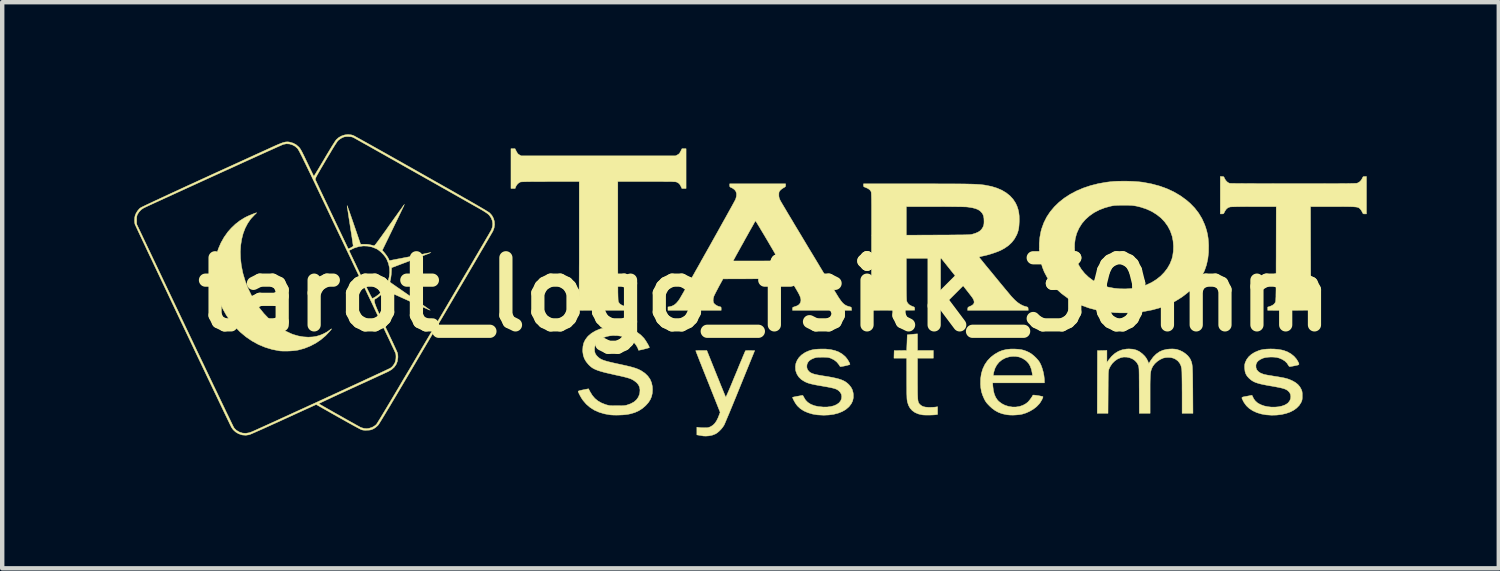
<source format=kicad_pcb>
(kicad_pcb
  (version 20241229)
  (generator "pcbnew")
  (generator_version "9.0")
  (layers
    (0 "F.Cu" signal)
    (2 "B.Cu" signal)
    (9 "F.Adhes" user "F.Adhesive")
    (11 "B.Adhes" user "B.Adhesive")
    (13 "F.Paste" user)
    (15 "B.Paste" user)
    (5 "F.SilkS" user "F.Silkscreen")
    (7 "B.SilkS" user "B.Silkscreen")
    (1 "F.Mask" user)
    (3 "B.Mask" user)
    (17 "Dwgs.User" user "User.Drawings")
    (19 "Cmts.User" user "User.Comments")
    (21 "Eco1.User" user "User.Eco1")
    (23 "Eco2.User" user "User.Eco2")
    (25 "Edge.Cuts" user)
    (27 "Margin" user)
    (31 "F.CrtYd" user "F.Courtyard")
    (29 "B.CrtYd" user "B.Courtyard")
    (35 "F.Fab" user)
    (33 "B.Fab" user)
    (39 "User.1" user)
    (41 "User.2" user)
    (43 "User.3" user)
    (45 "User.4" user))
  (footprint "tarot_logo_fsilk_30mm"
    (layer "F.Cu")
    (at 14.316 3.638)
    (property "Reference" "tarot_logo_fsilk_30mm" (at 0 0 0) (layer "F.SilkS") (effects (font (size 1.524 1.524) (thickness 0.3))))
    (attr through_hole)
    (fp_poly (pts (xy 3.468 1.27) (xy 3.828 1.27) (xy 3.828 1.445) (xy 3.468 1.445) (xy 3.468 1.912) (xy 3.468 2.022) (xy 3.469 2.115) (xy 3.469 2.194) (xy 3.47 2.259) (xy 3.472 2.313) (xy 3.474 2.356) (xy 3.477 2.391) (xy 3.481 2.418) (xy 3.487 2.44) (xy 3.493 2.457) (xy 3.501 2.47) (xy 3.511 2.483) (xy 3.522 2.495) (xy 3.526 2.499) (xy 3.56 2.526) (xy 3.599 2.545) (xy 3.648 2.556) (xy 3.709 2.561) (xy 3.74 2.562) (xy 3.784 2.561) (xy 3.828 2.559) (xy 3.864 2.557) (xy 3.878 2.555) (xy 3.924 2.548) (xy 3.924 2.722) (xy 3.897 2.727) (xy 3.869 2.731) (xy 3.828 2.734) (xy 3.779 2.736) (xy 3.727 2.737) (xy 3.675 2.737) (xy 3.629 2.736) (xy 3.592 2.734) (xy 3.578 2.732) (xy 3.489 2.712) (xy 3.413 2.68) (xy 3.351 2.637) (xy 3.301 2.582) (xy 3.264 2.516) (xy 3.239 2.437) (xy 3.236 2.421) (xy 3.233 2.402) (xy 3.23 2.378) (xy 3.228 2.347) (xy 3.227 2.308) (xy 3.225 2.259) (xy 3.224 2.199) (xy 3.224 2.127) (xy 3.223 2.04) (xy 3.223 1.938) (xy 3.223 1.9) (xy 3.223 1.445) (xy 2.934 1.445) (xy 2.936 1.36) (xy 2.939 1.274) (xy 3.081 1.272) (xy 3.223 1.27) (xy 3.224 1.237) (xy 3.225 1.217) (xy 3.226 1.184) (xy 3.228 1.14) (xy 3.23 1.091) (xy 3.231 1.06) (xy 3.236 0.915) (xy 3.284 0.91) (xy 3.318 0.906) (xy 3.361 0.902) (xy 3.401 0.898) (xy 3.468 0.893) (xy 3.468 1.27)) (stroke (width 0.01) (type solid)) (fill yes) (layer "F.SilkS"))
    (fp_poly (pts (xy -11.543 -1.851) (xy -11.557 -1.837) (xy -11.579 -1.815) (xy -11.591 -1.804) (xy -11.673 -1.716) (xy -11.742 -1.616) (xy -11.8 -1.505) (xy -11.846 -1.383) (xy -11.879 -1.253) (xy -11.9 -1.116) (xy -11.909 -0.971) (xy -11.904 -0.821) (xy -11.887 -0.666) (xy -11.856 -0.508) (xy -11.846 -0.467) (xy -11.796 -0.301) (xy -11.733 -0.14) (xy -11.659 0.015) (xy -11.573 0.163) (xy -11.478 0.302) (xy -11.374 0.431) (xy -11.261 0.549) (xy -11.142 0.656) (xy -11.017 0.749) (xy -10.887 0.827) (xy -10.753 0.89) (xy -10.703 0.909) (xy -10.591 0.941) (xy -10.477 0.961) (xy -10.365 0.968) (xy -10.257 0.962) (xy -10.174 0.947) (xy -10.1 0.925) (xy -10.025 0.894) (xy -9.955 0.858) (xy -9.899 0.821) (xy -9.865 0.796) (xy -9.845 0.782) (xy -9.837 0.779) (xy -9.842 0.788) (xy -9.858 0.81) (xy -9.88 0.836) (xy -9.974 0.936) (xy -10.081 1.026) (xy -10.198 1.105) (xy -10.325 1.171) (xy -10.458 1.224) (xy -10.596 1.261) (xy -10.601 1.262) (xy -10.653 1.27) (xy -10.717 1.277) (xy -10.787 1.282) (xy -10.859 1.284) (xy -10.926 1.284) (xy -10.985 1.282) (xy -11.018 1.279) (xy -11.184 1.247) (xy -11.343 1.199) (xy -11.497 1.135) (xy -11.643 1.055) (xy -11.782 0.96) (xy -11.912 0.851) (xy -12.033 0.727) (xy -12.132 0.607) (xy -12.227 0.468) (xy -12.308 0.324) (xy -12.375 0.175) (xy -12.428 0.022) (xy -12.467 -0.132) (xy -12.492 -0.288) (xy -12.503 -0.443) (xy -12.5 -0.597) (xy -12.483 -0.748) (xy -12.452 -0.896) (xy -12.408 -1.038) (xy -12.349 -1.174) (xy -12.276 -1.303) (xy -12.19 -1.424) (xy -12.113 -1.51) (xy -12.021 -1.598) (xy -11.926 -1.672) (xy -11.826 -1.735) (xy -11.79 -1.755) (xy -11.755 -1.772) (xy -11.714 -1.791) (xy -11.67 -1.809) (xy -11.627 -1.827) (xy -11.589 -1.841) (xy -11.559 -1.852) (xy -11.54 -1.857) (xy -11.538 -1.857) (xy -11.543 -1.851)) (stroke (width 0.01) (type solid)) (fill yes) (layer "F.SilkS"))
    (fp_poly (pts (xy -1.104 1.798) (xy -1.067 1.889) (xy -1.032 1.975) (xy -1 2.056) (xy -0.97 2.128) (xy -0.944 2.192) (xy -0.922 2.246) (xy -0.905 2.287) (xy -0.893 2.316) (xy -0.886 2.331) (xy -0.886 2.332) (xy -0.881 2.325) (xy -0.871 2.304) (xy -0.855 2.268) (xy -0.834 2.221) (xy -0.809 2.163) (xy -0.78 2.095) (xy -0.748 2.018) (xy -0.714 1.935) (xy -0.677 1.846) (xy -0.662 1.811) (xy -0.624 1.72) (xy -0.589 1.633) (xy -0.556 1.553) (xy -0.525 1.481) (xy -0.499 1.417) (xy -0.476 1.363) (xy -0.458 1.321) (xy -0.446 1.292) (xy -0.439 1.278) (xy -0.438 1.276) (xy -0.428 1.274) (xy -0.403 1.272) (xy -0.368 1.271) (xy -0.33 1.272) (xy -0.229 1.274) (xy -0.562 2.093) (xy -0.609 2.209) (xy -0.654 2.32) (xy -0.698 2.427) (xy -0.739 2.527) (xy -0.778 2.621) (xy -0.813 2.706) (xy -0.845 2.781) (xy -0.872 2.845) (xy -0.894 2.898) (xy -0.911 2.937) (xy -0.922 2.962) (xy -0.926 2.969) (xy -0.956 3.014) (xy -0.994 3.061) (xy -1.038 3.105) (xy -1.081 3.141) (xy -1.119 3.165) (xy -1.19 3.193) (xy -1.268 3.209) (xy -1.336 3.214) (xy -1.368 3.213) (xy -1.393 3.212) (xy -1.406 3.21) (xy -1.406 3.21) (xy -1.418 3.208) (xy -1.443 3.203) (xy -1.475 3.198) (xy -1.478 3.197) (xy -1.542 3.187) (xy -1.542 3.012) (xy -1.496 3.019) (xy -1.465 3.022) (xy -1.425 3.025) (xy -1.381 3.026) (xy -1.366 3.026) (xy -1.325 3.025) (xy -1.295 3.023) (xy -1.271 3.017) (xy -1.245 3.007) (xy -1.223 2.997) (xy -1.177 2.967) (xy -1.135 2.926) (xy -1.097 2.872) (xy -1.062 2.803) (xy -1.029 2.719) (xy -1.013 2.674) (xy -1.29 1.978) (xy -1.332 1.873) (xy -1.372 1.773) (xy -1.41 1.678) (xy -1.444 1.591) (xy -1.476 1.512) (xy -1.503 1.442) (xy -1.526 1.383) (xy -1.545 1.335) (xy -1.558 1.301) (xy -1.566 1.281) (xy -1.568 1.276) (xy -1.56 1.274) (xy -1.537 1.272) (xy -1.503 1.271) (xy -1.461 1.27) (xy -1.442 1.27) (xy -1.316 1.27) (xy -1.104 1.798)) (stroke (width 0.01) (type solid)) (fill yes) (layer "F.SilkS"))
    (fp_poly (pts (xy 5.759 1.243) (xy 5.827 1.252) (xy 5.887 1.267) (xy 5.946 1.289) (xy 6.004 1.316) (xy 6.058 1.35) (xy 6.114 1.395) (xy 6.168 1.447) (xy 6.214 1.5) (xy 6.244 1.544) (xy 6.274 1.606) (xy 6.301 1.68) (xy 6.324 1.761) (xy 6.34 1.844) (xy 6.349 1.924) (xy 6.35 1.96) (xy 6.35 2.006) (xy 5.174 2.006) (xy 5.18 2.084) (xy 5.192 2.181) (xy 5.213 2.264) (xy 5.243 2.334) (xy 5.282 2.393) (xy 5.314 2.427) (xy 5.382 2.478) (xy 5.457 2.516) (xy 5.538 2.541) (xy 5.621 2.554) (xy 5.705 2.554) (xy 5.787 2.541) (xy 5.863 2.515) (xy 5.933 2.476) (xy 5.979 2.438) (xy 5.999 2.415) (xy 6.024 2.385) (xy 6.048 2.352) (xy 6.069 2.321) (xy 6.084 2.295) (xy 6.089 2.285) (xy 6.098 2.283) (xy 6.12 2.284) (xy 6.152 2.288) (xy 6.189 2.293) (xy 6.227 2.299) (xy 6.264 2.306) (xy 6.293 2.313) (xy 6.313 2.318) (xy 6.318 2.321) (xy 6.317 2.331) (xy 6.309 2.353) (xy 6.296 2.382) (xy 6.278 2.414) (xy 6.258 2.447) (xy 6.238 2.476) (xy 6.23 2.485) (xy 6.173 2.545) (xy 6.102 2.6) (xy 6.022 2.648) (xy 5.938 2.687) (xy 5.853 2.714) (xy 5.851 2.715) (xy 5.787 2.727) (xy 5.713 2.734) (xy 5.636 2.738) (xy 5.563 2.736) (xy 5.499 2.73) (xy 5.496 2.729) (xy 5.396 2.708) (xy 5.309 2.677) (xy 5.23 2.634) (xy 5.155 2.578) (xy 5.106 2.532) (xy 5.068 2.493) (xy 5.04 2.462) (xy 5.019 2.433) (xy 5 2.402) (xy 4.981 2.365) (xy 4.946 2.284) (xy 4.921 2.206) (xy 4.906 2.122) (xy 4.899 2.036) (xy 4.901 1.913) (xy 4.912 1.839) (xy 5.188 1.839) (xy 6.079 1.839) (xy 6.074 1.793) (xy 6.056 1.703) (xy 6.027 1.624) (xy 5.986 1.556) (xy 5.933 1.501) (xy 5.927 1.497) (xy 5.854 1.449) (xy 5.776 1.418) (xy 5.691 1.404) (xy 5.601 1.406) (xy 5.549 1.415) (xy 5.463 1.441) (xy 5.386 1.482) (xy 5.321 1.535) (xy 5.268 1.6) (xy 5.227 1.677) (xy 5.201 1.762) (xy 5.195 1.79) (xy 5.188 1.839) (xy 4.912 1.839) (xy 4.918 1.797) (xy 4.95 1.69) (xy 4.997 1.591) (xy 5.057 1.503) (xy 5.132 1.424) (xy 5.22 1.356) (xy 5.32 1.299) (xy 5.401 1.268) (xy 5.487 1.248) (xy 5.583 1.238) (xy 5.68 1.238) (xy 5.759 1.243)) (stroke (width 0.01) (type solid)) (fill yes) (layer "F.SilkS"))
    (fp_poly (pts (xy -1.787 -2.409) (xy -1.882 -2.409) (xy -1.901 -2.45) (xy -1.925 -2.495) (xy -1.954 -2.527) (xy -1.993 -2.55) (xy -2 -2.553) (xy -2.009 -2.555) (xy -2.02 -2.558) (xy -2.035 -2.56) (xy -2.056 -2.561) (xy -2.082 -2.562) (xy -2.117 -2.564) (xy -2.16 -2.564) (xy -2.213 -2.565) (xy -2.277 -2.565) (xy -2.354 -2.566) (xy -2.444 -2.566) (xy -2.55 -2.566) (xy -2.672 -2.566) (xy -2.682 -2.566) (xy -3.337 -2.566) (xy -3.337 -1.215) (xy -3.337 -1.035) (xy -3.337 -0.872) (xy -3.337 -0.724) (xy -3.337 -0.592) (xy -3.336 -0.474) (xy -3.336 -0.369) (xy -3.336 -0.276) (xy -3.336 -0.196) (xy -3.335 -0.126) (xy -3.335 -0.066) (xy -3.334 -0.015) (xy -3.333 0.028) (xy -3.332 0.063) (xy -3.331 0.091) (xy -3.33 0.114) (xy -3.329 0.131) (xy -3.327 0.145) (xy -3.326 0.155) (xy -3.324 0.162) (xy -3.322 0.168) (xy -3.32 0.172) (xy -3.295 0.208) (xy -3.254 0.237) (xy -3.199 0.261) (xy -3.19 0.263) (xy -3.168 0.271) (xy -3.157 0.279) (xy -3.153 0.295) (xy -3.153 0.317) (xy -3.153 0.359) (xy -3.775 0.359) (xy -3.897 0.359) (xy -4.002 0.359) (xy -4.092 0.359) (xy -4.168 0.358) (xy -4.231 0.358) (xy -4.282 0.357) (xy -4.322 0.356) (xy -4.353 0.355) (xy -4.375 0.353) (xy -4.39 0.352) (xy -4.398 0.349) (xy -4.402 0.347) (xy -4.402 0.347) (xy -4.405 0.33) (xy -4.404 0.306) (xy -4.404 0.306) (xy -4.401 0.289) (xy -4.393 0.278) (xy -4.377 0.269) (xy -4.35 0.258) (xy -4.299 0.235) (xy -4.259 0.206) (xy -4.231 0.172) (xy -4.222 0.151) (xy -4.221 0.137) (xy -4.219 0.106) (xy -4.218 0.058) (xy -4.217 -0.007) (xy -4.216 -0.09) (xy -4.215 -0.19) (xy -4.215 -0.307) (xy -4.214 -0.442) (xy -4.214 -0.593) (xy -4.213 -0.763) (xy -4.213 -0.949) (xy -4.213 -1.153) (xy -4.213 -1.224) (xy -4.213 -2.566) (xy -4.868 -2.566) (xy -5.001 -2.565) (xy -5.117 -2.565) (xy -5.218 -2.565) (xy -5.303 -2.564) (xy -5.375 -2.563) (xy -5.433 -2.562) (xy -5.478 -2.56) (xy -5.512 -2.559) (xy -5.536 -2.557) (xy -5.549 -2.555) (xy -5.551 -2.554) (xy -5.588 -2.533) (xy -5.622 -2.501) (xy -5.648 -2.461) (xy -5.654 -2.447) (xy -5.669 -2.409) (xy -5.763 -2.409) (xy -5.763 -3.311) (xy -5.717 -3.311) (xy -5.671 -3.311) (xy -5.641 -3.252) (xy -5.621 -3.217) (xy -5.602 -3.193) (xy -5.58 -3.176) (xy -5.57 -3.171) (xy -5.531 -3.149) (xy -2.027 -3.149) (xy -1.984 -3.171) (xy -1.959 -3.186) (xy -1.94 -3.202) (xy -1.924 -3.226) (xy -1.91 -3.252) (xy -1.88 -3.311) (xy -1.787 -3.311) (xy -1.787 -2.409)) (stroke (width 0.01) (type solid)) (fill yes) (layer "F.SilkS"))
    (fp_poly (pts (xy 8.356 1.241) (xy 8.433 1.26) (xy 8.503 1.293) (xy 8.569 1.342) (xy 8.581 1.353) (xy 8.629 1.4) (xy 8.664 1.447) (xy 8.691 1.497) (xy 8.701 1.519) (xy 8.721 1.567) (xy 8.763 1.5) (xy 8.823 1.418) (xy 8.889 1.352) (xy 8.961 1.301) (xy 9.042 1.265) (xy 9.131 1.244) (xy 9.201 1.237) (xy 9.259 1.236) (xy 9.307 1.239) (xy 9.349 1.245) (xy 9.358 1.247) (xy 9.428 1.27) (xy 9.496 1.304) (xy 9.558 1.347) (xy 9.611 1.396) (xy 9.651 1.448) (xy 9.666 1.474) (xy 9.675 1.496) (xy 9.684 1.517) (xy 9.691 1.538) (xy 9.697 1.56) (xy 9.702 1.586) (xy 9.706 1.616) (xy 9.71 1.652) (xy 9.712 1.696) (xy 9.714 1.749) (xy 9.716 1.812) (xy 9.717 1.888) (xy 9.718 1.976) (xy 9.719 2.08) (xy 9.72 2.17) (xy 9.723 2.698) (xy 9.477 2.698) (xy 9.477 2.227) (xy 9.476 2.135) (xy 9.476 2.047) (xy 9.475 1.964) (xy 9.474 1.889) (xy 9.473 1.822) (xy 9.472 1.767) (xy 9.47 1.724) (xy 9.468 1.697) (xy 9.468 1.69) (xy 9.451 1.617) (xy 9.421 1.556) (xy 9.378 1.505) (xy 9.322 1.465) (xy 9.276 1.445) (xy 9.226 1.432) (xy 9.168 1.428) (xy 9.107 1.431) (xy 9.053 1.442) (xy 9.045 1.444) (xy 8.976 1.476) (xy 8.912 1.519) (xy 8.856 1.57) (xy 8.813 1.627) (xy 8.802 1.647) (xy 8.791 1.67) (xy 8.782 1.692) (xy 8.774 1.716) (xy 8.767 1.742) (xy 8.762 1.772) (xy 8.758 1.809) (xy 8.755 1.853) (xy 8.753 1.906) (xy 8.751 1.97) (xy 8.75 2.046) (xy 8.75 2.136) (xy 8.75 2.242) (xy 8.75 2.264) (xy 8.75 2.698) (xy 8.505 2.698) (xy 8.503 2.174) (xy 8.502 2.066) (xy 8.502 1.973) (xy 8.501 1.895) (xy 8.501 1.83) (xy 8.5 1.777) (xy 8.499 1.734) (xy 8.498 1.701) (xy 8.496 1.674) (xy 8.494 1.654) (xy 8.492 1.639) (xy 8.489 1.626) (xy 8.486 1.616) (xy 8.482 1.605) (xy 8.48 1.601) (xy 8.448 1.545) (xy 8.404 1.498) (xy 8.349 1.461) (xy 8.286 1.435) (xy 8.218 1.421) (xy 8.148 1.42) (xy 8.088 1.432) (xy 8.015 1.462) (xy 7.949 1.507) (xy 7.891 1.564) (xy 7.845 1.632) (xy 7.818 1.689) (xy 7.814 1.7) (xy 7.811 1.712) (xy 7.808 1.725) (xy 7.806 1.741) (xy 7.804 1.763) (xy 7.802 1.79) (xy 7.801 1.825) (xy 7.8 1.87) (xy 7.799 1.925) (xy 7.798 1.993) (xy 7.798 2.075) (xy 7.797 2.172) (xy 7.797 2.218) (xy 7.794 2.698) (xy 7.55 2.698) (xy 7.552 1.986) (xy 7.554 1.274) (xy 7.662 1.272) (xy 7.769 1.269) (xy 7.769 1.544) (xy 7.812 1.483) (xy 7.878 1.402) (xy 7.951 1.337) (xy 8.03 1.288) (xy 8.117 1.255) (xy 8.211 1.238) (xy 8.268 1.235) (xy 8.356 1.241)) (stroke (width 0.01) (type solid)) (fill yes) (layer "F.SilkS"))
    (fp_poly (pts (xy 8.221 -2.574) (xy 8.321 -2.571) (xy 8.416 -2.566) (xy 8.503 -2.559) (xy 8.577 -2.551) (xy 8.588 -2.549) (xy 8.78 -2.513) (xy 8.96 -2.465) (xy 9.128 -2.405) (xy 9.284 -2.333) (xy 9.43 -2.248) (xy 9.565 -2.151) (xy 9.658 -2.072) (xy 9.762 -1.965) (xy 9.852 -1.849) (xy 9.927 -1.725) (xy 9.988 -1.59) (xy 10.011 -1.525) (xy 10.036 -1.443) (xy 10.054 -1.365) (xy 10.067 -1.284) (xy 10.075 -1.195) (xy 10.079 -1.115) (xy 10.077 -0.958) (xy 10.061 -0.812) (xy 10.031 -0.674) (xy 9.986 -0.544) (xy 9.926 -0.421) (xy 9.85 -0.304) (xy 9.758 -0.192) (xy 9.727 -0.159) (xy 9.605 -0.044) (xy 9.472 0.058) (xy 9.329 0.147) (xy 9.174 0.224) (xy 9.006 0.289) (xy 8.96 0.305) (xy 8.799 0.349) (xy 8.627 0.382) (xy 8.445 0.405) (xy 8.257 0.416) (xy 8.066 0.416) (xy 7.944 0.411) (xy 7.741 0.39) (xy 7.548 0.355) (xy 7.366 0.307) (xy 7.194 0.246) (xy 7.033 0.171) (xy 6.882 0.083) (xy 6.743 -0.019) (xy 6.616 -0.133) (xy 6.59 -0.159) (xy 6.493 -0.271) (xy 6.413 -0.388) (xy 6.347 -0.512) (xy 6.303 -0.624) (xy 6.268 -0.75) (xy 6.245 -0.884) (xy 6.234 -1.024) (xy 6.234 -1.036) (xy 7.034 -1.036) (xy 7.047 -0.918) (xy 7.072 -0.807) (xy 7.08 -0.782) (xy 7.126 -0.674) (xy 7.188 -0.573) (xy 7.264 -0.479) (xy 7.353 -0.394) (xy 7.454 -0.319) (xy 7.566 -0.254) (xy 7.688 -0.202) (xy 7.695 -0.199) (xy 7.808 -0.166) (xy 7.932 -0.143) (xy 8.062 -0.13) (xy 8.197 -0.128) (xy 8.332 -0.137) (xy 8.421 -0.149) (xy 8.55 -0.178) (xy 8.673 -0.221) (xy 8.787 -0.275) (xy 8.892 -0.341) (xy 8.988 -0.417) (xy 9.071 -0.502) (xy 9.143 -0.595) (xy 9.2 -0.695) (xy 9.243 -0.801) (xy 9.262 -0.874) (xy 9.278 -0.985) (xy 9.281 -1.1) (xy 9.272 -1.215) (xy 9.251 -1.324) (xy 9.248 -1.332) (xy 9.208 -1.446) (xy 9.152 -1.552) (xy 9.082 -1.65) (xy 8.999 -1.738) (xy 8.902 -1.815) (xy 8.794 -1.883) (xy 8.673 -1.939) (xy 8.543 -1.983) (xy 8.441 -2.008) (xy 8.406 -2.014) (xy 8.373 -2.019) (xy 8.339 -2.023) (xy 8.301 -2.025) (xy 8.255 -2.027) (xy 8.198 -2.027) (xy 8.146 -2.027) (xy 8.078 -2.027) (xy 8.024 -2.026) (xy 7.981 -2.024) (xy 7.945 -2.022) (xy 7.914 -2.018) (xy 7.882 -2.012) (xy 7.856 -2.007) (xy 7.72 -1.97) (xy 7.593 -1.921) (xy 7.477 -1.86) (xy 7.373 -1.787) (xy 7.281 -1.705) (xy 7.202 -1.613) (xy 7.138 -1.511) (xy 7.088 -1.401) (xy 7.08 -1.379) (xy 7.051 -1.27) (xy 7.036 -1.154) (xy 7.034 -1.036) (xy 6.234 -1.036) (xy 6.234 -1.165) (xy 6.247 -1.304) (xy 6.272 -1.437) (xy 6.289 -1.498) (xy 6.338 -1.632) (xy 6.402 -1.76) (xy 6.482 -1.88) (xy 6.576 -1.992) (xy 6.683 -2.096) (xy 6.803 -2.191) (xy 6.936 -2.277) (xy 7.08 -2.353) (xy 7.235 -2.419) (xy 7.4 -2.474) (xy 7.574 -2.518) (xy 7.757 -2.55) (xy 7.856 -2.562) (xy 7.934 -2.569) (xy 8.023 -2.573) (xy 8.12 -2.574) (xy 8.221 -2.574)) (stroke (width 0.01) (type solid)) (fill yes) (layer "F.SilkS"))
    (fp_poly (pts (xy 10.406 -2.679) (xy 10.42 -2.674) (xy 10.43 -2.661) (xy 10.441 -2.636) (xy 10.466 -2.594) (xy 10.498 -2.559) (xy 10.535 -2.534) (xy 10.56 -2.525) (xy 10.573 -2.524) (xy 10.601 -2.524) (xy 10.646 -2.523) (xy 10.705 -2.522) (xy 10.778 -2.522) (xy 10.864 -2.521) (xy 10.961 -2.52) (xy 11.069 -2.52) (xy 11.188 -2.519) (xy 11.315 -2.519) (xy 11.45 -2.519) (xy 11.592 -2.518) (xy 11.74 -2.518) (xy 11.894 -2.518) (xy 12.008 -2.518) (xy 12.197 -2.518) (xy 12.37 -2.518) (xy 12.526 -2.518) (xy 12.667 -2.518) (xy 12.794 -2.519) (xy 12.907 -2.519) (xy 13.007 -2.519) (xy 13.094 -2.52) (xy 13.17 -2.52) (xy 13.235 -2.521) (xy 13.29 -2.522) (xy 13.336 -2.523) (xy 13.373 -2.524) (xy 13.403 -2.525) (xy 13.425 -2.526) (xy 13.441 -2.527) (xy 13.452 -2.529) (xy 13.456 -2.53) (xy 13.504 -2.556) (xy 13.543 -2.596) (xy 13.566 -2.636) (xy 13.578 -2.661) (xy 13.588 -2.675) (xy 13.602 -2.679) (xy 13.624 -2.68) (xy 13.663 -2.68) (xy 13.663 -1.831) (xy 13.624 -1.831) (xy 13.601 -1.831) (xy 13.587 -1.837) (xy 13.577 -1.851) (xy 13.567 -1.872) (xy 13.55 -1.904) (xy 13.529 -1.933) (xy 13.521 -1.942) (xy 13.51 -1.953) (xy 13.499 -1.963) (xy 13.487 -1.971) (xy 13.472 -1.977) (xy 13.453 -1.983) (xy 13.429 -1.987) (xy 13.398 -1.99) (xy 13.358 -1.993) (xy 13.309 -1.995) (xy 13.249 -1.996) (xy 13.177 -1.996) (xy 13.091 -1.997) (xy 12.99 -1.997) (xy 12.9 -1.997) (xy 12.393 -1.997) (xy 12.395 -0.922) (xy 12.396 -0.761) (xy 12.396 -0.618) (xy 12.397 -0.489) (xy 12.397 -0.376) (xy 12.397 -0.276) (xy 12.398 -0.189) (xy 12.399 -0.115) (xy 12.399 -0.051) (xy 12.4 0.003) (xy 12.401 0.047) (xy 12.402 0.083) (xy 12.403 0.112) (xy 12.404 0.134) (xy 12.406 0.151) (xy 12.407 0.163) (xy 12.409 0.172) (xy 12.411 0.178) (xy 12.412 0.18) (xy 12.438 0.215) (xy 12.472 0.242) (xy 12.52 0.265) (xy 12.526 0.267) (xy 12.556 0.278) (xy 12.572 0.287) (xy 12.58 0.297) (xy 12.582 0.312) (xy 12.582 0.321) (xy 12.582 0.355) (xy 12.002 0.357) (xy 11.421 0.359) (xy 11.421 0.322) (xy 11.421 0.285) (xy 11.472 0.269) (xy 11.526 0.246) (xy 11.566 0.217) (xy 11.593 0.179) (xy 11.593 0.178) (xy 11.595 0.172) (xy 11.598 0.166) (xy 11.6 0.157) (xy 11.601 0.145) (xy 11.603 0.13) (xy 11.604 0.109) (xy 11.605 0.083) (xy 11.607 0.05) (xy 11.607 0.009) (xy 11.608 -0.041) (xy 11.609 -0.1) (xy 11.609 -0.169) (xy 11.61 -0.25) (xy 11.61 -0.344) (xy 11.611 -0.451) (xy 11.611 -0.572) (xy 11.611 -0.709) (xy 11.612 -0.862) (xy 11.612 -0.926) (xy 11.614 -1.997) (xy 11.104 -1.997) (xy 10.991 -1.997) (xy 10.89 -1.996) (xy 10.8 -1.996) (xy 10.723 -1.995) (xy 10.66 -1.993) (xy 10.611 -1.992) (xy 10.578 -1.99) (xy 10.562 -1.988) (xy 10.562 -1.988) (xy 10.515 -1.969) (xy 10.479 -1.938) (xy 10.449 -1.894) (xy 10.445 -1.885) (xy 10.43 -1.856) (xy 10.42 -1.84) (xy 10.408 -1.833) (xy 10.393 -1.831) (xy 10.381 -1.831) (xy 10.344 -1.831) (xy 10.344 -2.68) (xy 10.383 -2.68) (xy 10.406 -2.679)) (stroke (width 0.01) (type solid)) (fill yes) (layer "F.SilkS"))
    (fp_poly (pts (xy 11.572 1.238) (xy 11.658 1.246) (xy 11.737 1.259) (xy 11.789 1.272) (xy 11.875 1.305) (xy 11.952 1.35) (xy 12.019 1.404) (xy 12.073 1.466) (xy 12.101 1.511) (xy 12.119 1.545) (xy 12.129 1.569) (xy 12.13 1.585) (xy 12.119 1.596) (xy 12.095 1.604) (xy 12.056 1.612) (xy 12.034 1.617) (xy 11.993 1.625) (xy 11.958 1.631) (xy 11.932 1.636) (xy 11.92 1.637) (xy 11.907 1.63) (xy 11.894 1.613) (xy 11.892 1.609) (xy 11.858 1.557) (xy 11.81 1.51) (xy 11.75 1.472) (xy 11.682 1.443) (xy 11.621 1.427) (xy 11.56 1.421) (xy 11.493 1.419) (xy 11.427 1.423) (xy 11.367 1.431) (xy 11.317 1.444) (xy 11.309 1.447) (xy 11.25 1.475) (xy 11.206 1.506) (xy 11.176 1.54) (xy 11.158 1.579) (xy 11.153 1.604) (xy 11.154 1.658) (xy 11.17 1.705) (xy 11.203 1.746) (xy 11.251 1.78) (xy 11.314 1.806) (xy 11.347 1.816) (xy 11.372 1.821) (xy 11.411 1.829) (xy 11.459 1.837) (xy 11.514 1.846) (xy 11.572 1.856) (xy 11.579 1.857) (xy 11.664 1.87) (xy 11.734 1.883) (xy 11.793 1.894) (xy 11.842 1.906) (xy 11.885 1.919) (xy 11.925 1.934) (xy 11.963 1.951) (xy 11.979 1.958) (xy 12.05 1.998) (xy 12.106 2.043) (xy 12.15 2.095) (xy 12.177 2.143) (xy 12.19 2.171) (xy 12.198 2.194) (xy 12.202 2.217) (xy 12.205 2.246) (xy 12.205 2.287) (xy 12.205 2.299) (xy 12.205 2.343) (xy 12.203 2.374) (xy 12.199 2.398) (xy 12.192 2.42) (xy 12.181 2.444) (xy 12.177 2.454) (xy 12.135 2.519) (xy 12.078 2.577) (xy 12.009 2.627) (xy 11.927 2.669) (xy 11.835 2.701) (xy 11.734 2.724) (xy 11.625 2.737) (xy 11.51 2.74) (xy 11.389 2.732) (xy 11.386 2.732) (xy 11.275 2.712) (xy 11.173 2.681) (xy 11.082 2.639) (xy 11.002 2.587) (xy 10.936 2.525) (xy 10.884 2.454) (xy 10.866 2.421) (xy 10.848 2.384) (xy 10.836 2.359) (xy 10.835 2.342) (xy 10.844 2.332) (xy 10.865 2.325) (xy 10.901 2.318) (xy 10.929 2.313) (xy 10.971 2.305) (xy 11.008 2.298) (xy 11.036 2.292) (xy 11.05 2.289) (xy 11.063 2.29) (xy 11.072 2.301) (xy 11.079 2.319) (xy 11.103 2.368) (xy 11.14 2.417) (xy 11.187 2.459) (xy 11.204 2.471) (xy 11.269 2.504) (xy 11.342 2.53) (xy 11.422 2.547) (xy 11.504 2.556) (xy 11.587 2.556) (xy 11.668 2.549) (xy 11.742 2.533) (xy 11.809 2.509) (xy 11.864 2.477) (xy 11.886 2.458) (xy 11.92 2.414) (xy 11.94 2.365) (xy 11.945 2.314) (xy 11.937 2.265) (xy 11.914 2.22) (xy 11.877 2.182) (xy 11.875 2.18) (xy 11.852 2.166) (xy 11.828 2.153) (xy 11.798 2.141) (xy 11.763 2.13) (xy 11.718 2.119) (xy 11.662 2.107) (xy 11.594 2.094) (xy 11.511 2.079) (xy 11.491 2.076) (xy 11.395 2.059) (xy 11.314 2.043) (xy 11.247 2.028) (xy 11.191 2.012) (xy 11.143 1.996) (xy 11.103 1.978) (xy 11.067 1.957) (xy 11.034 1.933) (xy 11.001 1.904) (xy 10.994 1.898) (xy 10.952 1.851) (xy 10.923 1.801) (xy 10.905 1.745) (xy 10.898 1.677) (xy 10.897 1.675) (xy 10.896 1.626) (xy 10.899 1.588) (xy 10.907 1.555) (xy 10.909 1.548) (xy 10.941 1.478) (xy 10.989 1.414) (xy 11.051 1.358) (xy 11.127 1.311) (xy 11.215 1.274) (xy 11.255 1.261) (xy 11.321 1.247) (xy 11.399 1.239) (xy 11.485 1.236) (xy 11.572 1.238)) (stroke (width 0.01) (type solid)) (fill yes) (layer "F.SilkS"))
    (fp_poly (pts (xy 1.384 1.238) (xy 1.494 1.25) (xy 1.592 1.272) (xy 1.679 1.305) (xy 1.756 1.35) (xy 1.824 1.407) (xy 1.826 1.409) (xy 1.849 1.436) (xy 1.874 1.468) (xy 1.896 1.503) (xy 1.915 1.536) (xy 1.929 1.564) (xy 1.934 1.584) (xy 1.933 1.588) (xy 1.924 1.593) (xy 1.901 1.6) (xy 1.87 1.608) (xy 1.833 1.617) (xy 1.796 1.625) (xy 1.761 1.631) (xy 1.733 1.636) (xy 1.716 1.637) (xy 1.713 1.636) (xy 1.707 1.628) (xy 1.695 1.609) (xy 1.678 1.584) (xy 1.678 1.583) (xy 1.632 1.529) (xy 1.573 1.483) (xy 1.504 1.449) (xy 1.49 1.443) (xy 1.464 1.435) (xy 1.439 1.429) (xy 1.411 1.426) (xy 1.375 1.424) (xy 1.327 1.423) (xy 1.305 1.423) (xy 1.252 1.424) (xy 1.212 1.425) (xy 1.181 1.428) (xy 1.156 1.433) (xy 1.13 1.44) (xy 1.12 1.443) (xy 1.056 1.471) (xy 1.008 1.505) (xy 0.976 1.545) (xy 0.958 1.592) (xy 0.955 1.631) (xy 0.958 1.669) (xy 0.97 1.701) (xy 0.977 1.713) (xy 0.997 1.739) (xy 1.02 1.761) (xy 1.048 1.779) (xy 1.084 1.795) (xy 1.13 1.81) (xy 1.188 1.823) (xy 1.259 1.836) (xy 1.329 1.848) (xy 1.438 1.865) (xy 1.531 1.882) (xy 1.61 1.899) (xy 1.677 1.916) (xy 1.733 1.934) (xy 1.781 1.954) (xy 1.823 1.976) (xy 1.859 2.001) (xy 1.893 2.03) (xy 1.918 2.055) (xy 1.96 2.109) (xy 1.989 2.165) (xy 2.006 2.229) (xy 2.011 2.267) (xy 2.011 2.344) (xy 1.996 2.414) (xy 1.965 2.479) (xy 1.917 2.542) (xy 1.901 2.558) (xy 1.836 2.613) (xy 1.757 2.658) (xy 1.666 2.694) (xy 1.565 2.72) (xy 1.455 2.735) (xy 1.339 2.74) (xy 1.217 2.734) (xy 1.191 2.732) (xy 1.08 2.713) (xy 0.978 2.682) (xy 0.887 2.642) (xy 0.808 2.591) (xy 0.743 2.53) (xy 0.734 2.519) (xy 0.714 2.493) (xy 0.693 2.462) (xy 0.673 2.427) (xy 0.655 2.394) (xy 0.641 2.365) (xy 0.633 2.344) (xy 0.632 2.334) (xy 0.642 2.331) (xy 0.666 2.325) (xy 0.699 2.319) (xy 0.732 2.312) (xy 0.773 2.305) (xy 0.809 2.298) (xy 0.835 2.293) (xy 0.847 2.291) (xy 0.859 2.29) (xy 0.869 2.299) (xy 0.88 2.318) (xy 0.888 2.334) (xy 0.926 2.397) (xy 0.977 2.449) (xy 1.043 2.491) (xy 1.122 2.523) (xy 1.215 2.544) (xy 1.322 2.554) (xy 1.327 2.555) (xy 1.419 2.554) (xy 1.503 2.543) (xy 1.576 2.524) (xy 1.638 2.495) (xy 1.687 2.459) (xy 1.723 2.415) (xy 1.743 2.364) (xy 1.743 2.363) (xy 1.748 2.31) (xy 1.738 2.262) (xy 1.711 2.217) (xy 1.698 2.203) (xy 1.679 2.184) (xy 1.656 2.167) (xy 1.63 2.152) (xy 1.597 2.139) (xy 1.555 2.127) (xy 1.504 2.115) (xy 1.439 2.102) (xy 1.361 2.088) (xy 1.315 2.08) (xy 1.227 2.065) (xy 1.155 2.052) (xy 1.095 2.039) (xy 1.045 2.028) (xy 1.003 2.016) (xy 0.967 2.004) (xy 0.934 1.99) (xy 0.902 1.974) (xy 0.9 1.973) (xy 0.829 1.928) (xy 0.773 1.873) (xy 0.732 1.81) (xy 0.705 1.738) (xy 0.7 1.713) (xy 0.696 1.638) (xy 0.707 1.564) (xy 0.735 1.495) (xy 0.777 1.431) (xy 0.833 1.374) (xy 0.902 1.326) (xy 0.939 1.306) (xy 0.991 1.283) (xy 1.039 1.266) (xy 1.088 1.254) (xy 1.142 1.245) (xy 1.206 1.24) (xy 1.261 1.238) (xy 1.384 1.238)) (stroke (width 0.01) (type solid)) (fill yes) (layer "F.SilkS"))
    (fp_poly (pts (xy -3.364 0.734) (xy -3.301 0.736) (xy -3.247 0.739) (xy -3.21 0.744) (xy -3.096 0.769) (xy -2.991 0.808) (xy -2.897 0.858) (xy -2.814 0.92) (xy -2.744 0.992) (xy -2.743 0.993) (xy -2.724 1.019) (xy -2.702 1.051) (xy -2.68 1.087) (xy -2.658 1.123) (xy -2.64 1.156) (xy -2.627 1.183) (xy -2.621 1.2) (xy -2.621 1.205) (xy -2.632 1.21) (xy -2.656 1.217) (xy -2.689 1.226) (xy -2.727 1.236) (xy -2.767 1.246) (xy -2.804 1.255) (xy -2.836 1.261) (xy -2.857 1.265) (xy -2.865 1.265) (xy -2.873 1.253) (xy -2.873 1.25) (xy -2.878 1.229) (xy -2.892 1.199) (xy -2.912 1.164) (xy -2.935 1.131) (xy -2.955 1.106) (xy -3.014 1.053) (xy -3.086 1.008) (xy -3.167 0.973) (xy -3.256 0.947) (xy -3.348 0.933) (xy -3.441 0.931) (xy -3.454 0.931) (xy -3.526 0.939) (xy -3.588 0.952) (xy -3.648 0.973) (xy -3.693 0.994) (xy -3.759 1.033) (xy -3.809 1.079) (xy -3.843 1.131) (xy -3.862 1.19) (xy -3.866 1.244) (xy -3.862 1.299) (xy -3.848 1.344) (xy -3.821 1.384) (xy -3.795 1.411) (xy -3.773 1.431) (xy -3.75 1.449) (xy -3.725 1.465) (xy -3.696 1.479) (xy -3.661 1.493) (xy -3.618 1.507) (xy -3.566 1.522) (xy -3.503 1.537) (xy -3.427 1.555) (xy -3.336 1.575) (xy -3.306 1.581) (xy -3.207 1.603) (xy -3.123 1.622) (xy -3.052 1.639) (xy -2.992 1.656) (xy -2.942 1.671) (xy -2.898 1.687) (xy -2.86 1.703) (xy -2.824 1.721) (xy -2.802 1.733) (xy -2.721 1.788) (xy -2.656 1.851) (xy -2.606 1.921) (xy -2.572 2) (xy -2.553 2.086) (xy -2.549 2.157) (xy -2.554 2.242) (xy -2.571 2.317) (xy -2.6 2.386) (xy -2.643 2.453) (xy -2.702 2.519) (xy -2.706 2.523) (xy -2.78 2.587) (xy -2.86 2.638) (xy -2.95 2.679) (xy -3.052 2.709) (xy -3.109 2.72) (xy -3.16 2.727) (xy -3.223 2.733) (xy -3.293 2.736) (xy -3.364 2.738) (xy -3.43 2.737) (xy -3.487 2.734) (xy -3.508 2.732) (xy -3.64 2.709) (xy -3.761 2.673) (xy -3.87 2.625) (xy -3.967 2.563) (xy -4.053 2.489) (xy -4.128 2.402) (xy -4.129 2.4) (xy -4.151 2.368) (xy -4.174 2.331) (xy -4.195 2.293) (xy -4.214 2.257) (xy -4.228 2.226) (xy -4.236 2.204) (xy -4.237 2.196) (xy -4.227 2.19) (xy -4.204 2.183) (xy -4.17 2.174) (xy -4.129 2.165) (xy -4.118 2.163) (xy -4.002 2.14) (xy -3.968 2.206) (xy -3.917 2.29) (xy -3.858 2.359) (xy -3.789 2.416) (xy -3.708 2.462) (xy -3.614 2.499) (xy -3.604 2.502) (xy -3.575 2.51) (xy -3.55 2.516) (xy -3.525 2.521) (xy -3.496 2.524) (xy -3.461 2.525) (xy -3.415 2.526) (xy -3.359 2.526) (xy -3.295 2.526) (xy -3.246 2.525) (xy -3.208 2.523) (xy -3.176 2.52) (xy -3.149 2.515) (xy -3.131 2.51) (xy -3.045 2.48) (xy -2.973 2.441) (xy -2.915 2.392) (xy -2.873 2.334) (xy -2.845 2.267) (xy -2.838 2.235) (xy -2.833 2.166) (xy -2.843 2.104) (xy -2.869 2.048) (xy -2.912 1.998) (xy -2.971 1.953) (xy -2.978 1.949) (xy -3.002 1.935) (xy -3.026 1.922) (xy -3.053 1.911) (xy -3.084 1.9) (xy -3.122 1.889) (xy -3.169 1.876) (xy -3.226 1.862) (xy -3.296 1.846) (xy -3.381 1.828) (xy -3.39 1.826) (xy -3.498 1.801) (xy -3.591 1.78) (xy -3.67 1.76) (xy -3.736 1.741) (xy -3.792 1.723) (xy -3.84 1.704) (xy -3.88 1.685) (xy -3.915 1.665) (xy -3.946 1.642) (xy -3.974 1.617) (xy -4 1.592) (xy -4.056 1.524) (xy -4.096 1.455) (xy -4.121 1.382) (xy -4.133 1.3) (xy -4.134 1.261) (xy -4.128 1.175) (xy -4.11 1.099) (xy -4.077 1.03) (xy -4.03 0.966) (xy -4.006 0.94) (xy -3.935 0.88) (xy -3.85 0.829) (xy -3.755 0.787) (xy -3.65 0.756) (xy -3.591 0.744) (xy -3.548 0.739) (xy -3.492 0.736) (xy -3.429 0.734) (xy -3.364 0.734)) (stroke (width 0.01) (type solid)) (fill yes) (layer "F.SilkS"))
    (fp_poly (pts (xy 0.473 -2.481) (xy 0.472 -2.462) (xy 0.466 -2.449) (xy 0.452 -2.438) (xy 0.426 -2.423) (xy 0.423 -2.421) (xy 0.391 -2.401) (xy 0.362 -2.377) (xy 0.347 -2.361) (xy 0.332 -2.342) (xy 0.324 -2.324) (xy 0.321 -2.302) (xy 0.32 -2.268) (xy 0.32 -2.265) (xy 0.321 -2.23) (xy 0.326 -2.201) (xy 0.336 -2.171) (xy 0.351 -2.137) (xy 0.359 -2.123) (xy 0.375 -2.095) (xy 0.399 -2.054) (xy 0.43 -2.002) (xy 0.468 -1.938) (xy 0.511 -1.865) (xy 0.56 -1.783) (xy 0.614 -1.694) (xy 0.671 -1.597) (xy 0.732 -1.496) (xy 0.796 -1.39) (xy 0.862 -1.28) (xy 0.929 -1.168) (xy 0.997 -1.054) (xy 1.066 -0.941) (xy 1.134 -0.828) (xy 1.201 -0.717) (xy 1.266 -0.608) (xy 1.329 -0.504) (xy 1.39 -0.404) (xy 1.446 -0.311) (xy 1.499 -0.224) (xy 1.546 -0.146) (xy 1.589 -0.077) (xy 1.625 -0.017) (xy 1.654 0.03) (xy 1.676 0.066) (xy 1.691 0.088) (xy 1.693 0.092) (xy 1.734 0.149) (xy 1.77 0.192) (xy 1.806 0.224) (xy 1.844 0.248) (xy 1.888 0.266) (xy 1.919 0.275) (xy 1.946 0.282) (xy 1.96 0.289) (xy 1.967 0.301) (xy 1.969 0.321) (xy 1.969 0.323) (xy 1.972 0.359) (xy 0.631 0.359) (xy 0.631 0.325) (xy 0.631 0.305) (xy 0.636 0.294) (xy 0.649 0.286) (xy 0.673 0.278) (xy 0.681 0.276) (xy 0.735 0.256) (xy 0.774 0.232) (xy 0.8 0.201) (xy 0.81 0.18) (xy 0.818 0.154) (xy 0.821 0.127) (xy 0.818 0.097) (xy 0.809 0.063) (xy 0.793 0.022) (xy 0.769 -0.026) (xy 0.737 -0.083) (xy 0.696 -0.153) (xy 0.662 -0.208) (xy 0.568 -0.359) (xy -0.19 -0.357) (xy -0.948 -0.355) (xy -1.044 -0.18) (xy -1.072 -0.126) (xy -1.099 -0.075) (xy -1.123 -0.029) (xy -1.141 0.009) (xy -1.154 0.035) (xy -1.156 0.042) (xy -1.17 0.095) (xy -1.172 0.145) (xy -1.162 0.186) (xy -1.156 0.197) (xy -1.134 0.221) (xy -1.1 0.245) (xy -1.061 0.265) (xy -1.023 0.276) (xy -1.002 0.281) (xy -0.993 0.289) (xy -0.99 0.306) (xy -0.99 0.321) (xy -0.99 0.359) (xy -2.198 0.359) (xy -2.198 0.282) (xy -2.161 0.277) (xy -2.106 0.262) (xy -2.055 0.236) (xy -2.008 0.197) (xy -1.962 0.143) (xy -1.925 0.088) (xy -1.91 0.061) (xy -1.887 0.022) (xy -1.857 -0.03) (xy -1.821 -0.093) (xy -1.779 -0.166) (xy -1.733 -0.247) (xy -1.682 -0.337) (xy -1.627 -0.433) (xy -1.57 -0.535) (xy -1.509 -0.642) (xy -1.447 -0.753) (xy -1.442 -0.762) (xy -0.719 -0.762) (xy -0.197 -0.762) (xy -0.104 -0.762) (xy -0.015 -0.762) (xy 0.066 -0.763) (xy 0.139 -0.763) (xy 0.202 -0.764) (xy 0.254 -0.765) (xy 0.292 -0.766) (xy 0.316 -0.767) (xy 0.324 -0.768) (xy 0.32 -0.777) (xy 0.308 -0.8) (xy 0.288 -0.835) (xy 0.263 -0.879) (xy 0.232 -0.932) (xy 0.198 -0.992) (xy 0.16 -1.057) (xy 0.119 -1.126) (xy 0.078 -1.197) (xy 0.036 -1.268) (xy -0.006 -1.339) (xy -0.047 -1.407) (xy -0.085 -1.47) (xy -0.119 -1.528) (xy -0.15 -1.578) (xy -0.175 -1.62) (xy -0.195 -1.651) (xy -0.207 -1.67) (xy -0.211 -1.675) (xy -0.216 -1.667) (xy -0.229 -1.645) (xy -0.248 -1.611) (xy -0.273 -1.566) (xy -0.303 -1.513) (xy -0.337 -1.453) (xy -0.373 -1.388) (xy -0.412 -1.318) (xy -0.452 -1.247) (xy -0.491 -1.175) (xy -0.531 -1.105) (xy -0.568 -1.037) (xy -0.603 -0.974) (xy -0.635 -0.917) (xy -0.662 -0.868) (xy -0.683 -0.828) (xy -0.699 -0.8) (xy -0.706 -0.786) (xy -0.719 -0.762) (xy -1.442 -0.762) (xy -1.384 -0.866) (xy -1.319 -0.981) (xy -1.254 -1.096) (xy -1.19 -1.211) (xy -1.127 -1.324) (xy -1.065 -1.434) (xy -1.006 -1.541) (xy -0.949 -1.643) (xy -0.895 -1.739) (xy -0.846 -1.828) (xy -0.801 -1.909) (xy -0.761 -1.981) (xy -0.727 -2.043) (xy -0.699 -2.094) (xy -0.678 -2.133) (xy -0.665 -2.158) (xy -0.66 -2.169) (xy -0.643 -2.234) (xy -0.641 -2.29) (xy -0.655 -2.339) (xy -0.685 -2.38) (xy -0.731 -2.414) (xy -0.765 -2.43) (xy -0.786 -2.441) (xy -0.795 -2.454) (xy -0.797 -2.476) (xy -0.797 -2.479) (xy -0.797 -2.514) (xy 0.473 -2.514) (xy 0.473 -2.481)) (stroke (width 0.01) (type solid)) (fill yes) (layer "F.SilkS"))
    (fp_poly (pts (xy 3.648 -2.514) (xy 3.814 -2.514) (xy 3.963 -2.513) (xy 4.098 -2.513) (xy 4.219 -2.513) (xy 4.327 -2.512) (xy 4.424 -2.512) (xy 4.509 -2.511) (xy 4.585 -2.51) (xy 4.652 -2.508) (xy 4.71 -2.507) (xy 4.762 -2.505) (xy 4.807 -2.503) (xy 4.847 -2.5) (xy 4.883 -2.498) (xy 4.915 -2.495) (xy 4.945 -2.491) (xy 4.974 -2.488) (xy 5.002 -2.484) (xy 5.01 -2.482) (xy 5.148 -2.455) (xy 5.273 -2.416) (xy 5.385 -2.368) (xy 5.483 -2.309) (xy 5.568 -2.241) (xy 5.639 -2.163) (xy 5.696 -2.076) (xy 5.728 -2.006) (xy 5.752 -1.934) (xy 5.768 -1.863) (xy 5.777 -1.787) (xy 5.779 -1.701) (xy 5.778 -1.651) (xy 5.774 -1.576) (xy 5.768 -1.513) (xy 5.757 -1.459) (xy 5.742 -1.409) (xy 5.722 -1.357) (xy 5.719 -1.352) (xy 5.671 -1.264) (xy 5.61 -1.185) (xy 5.535 -1.114) (xy 5.446 -1.052) (xy 5.352 -1.001) (xy 5.297 -0.978) (xy 5.23 -0.953) (xy 5.156 -0.928) (xy 5.08 -0.905) (xy 5.007 -0.886) (xy 4.96 -0.876) (xy 4.918 -0.867) (xy 4.89 -0.86) (xy 4.875 -0.855) (xy 4.87 -0.849) (xy 4.871 -0.843) (xy 4.872 -0.841) (xy 4.883 -0.828) (xy 4.903 -0.803) (xy 4.932 -0.767) (xy 4.968 -0.722) (xy 5.011 -0.669) (xy 5.059 -0.611) (xy 5.112 -0.547) (xy 5.167 -0.48) (xy 5.223 -0.412) (xy 5.28 -0.342) (xy 5.336 -0.274) (xy 5.39 -0.209) (xy 5.441 -0.147) (xy 5.488 -0.091) (xy 5.529 -0.042) (xy 5.563 -0.001) (xy 5.589 0.03) (xy 5.606 0.05) (xy 5.609 0.053) (xy 5.677 0.124) (xy 5.742 0.181) (xy 5.806 0.224) (xy 5.87 0.256) (xy 5.93 0.275) (xy 5.957 0.282) (xy 5.972 0.289) (xy 5.978 0.301) (xy 5.98 0.32) (xy 5.98 0.323) (xy 5.983 0.359) (xy 4.606 0.359) (xy 4.609 0.324) (xy 4.611 0.304) (xy 4.617 0.291) (xy 4.63 0.282) (xy 4.655 0.27) (xy 4.664 0.267) (xy 4.711 0.243) (xy 4.741 0.216) (xy 4.754 0.184) (xy 4.752 0.146) (xy 4.734 0.102) (xy 4.712 0.067) (xy 4.7 0.051) (xy 4.678 0.022) (xy 4.647 -0.018) (xy 4.609 -0.067) (xy 4.564 -0.124) (xy 4.513 -0.189) (xy 4.458 -0.258) (xy 4.399 -0.332) (xy 4.341 -0.405) (xy 4.007 -0.823) (xy 3.611 -0.823) (xy 3.214 -0.823) (xy 3.214 -0.353) (xy 3.215 -0.233) (xy 3.215 -0.129) (xy 3.216 -0.041) (xy 3.217 0.031) (xy 3.219 0.087) (xy 3.221 0.127) (xy 3.223 0.149) (xy 3.224 0.152) (xy 3.245 0.196) (xy 3.282 0.233) (xy 3.333 0.261) (xy 3.346 0.267) (xy 3.376 0.278) (xy 3.393 0.286) (xy 3.4 0.296) (xy 3.403 0.31) (xy 3.403 0.321) (xy 3.403 0.355) (xy 2.822 0.357) (xy 2.242 0.359) (xy 2.242 0.32) (xy 2.244 0.295) (xy 2.249 0.283) (xy 2.258 0.28) (xy 2.282 0.275) (xy 2.313 0.262) (xy 2.347 0.243) (xy 2.377 0.223) (xy 2.398 0.203) (xy 2.401 0.2) (xy 2.422 0.171) (xy 2.424 -1.069) (xy 2.424 -1.241) (xy 2.425 -1.398) (xy 2.425 -1.538) (xy 2.425 -1.663) (xy 2.425 -1.775) (xy 2.425 -1.873) (xy 2.425 -1.959) (xy 2.425 -1.997) (xy 3.214 -1.997) (xy 3.214 -1.348) (xy 3.935 -1.351) (xy 4.065 -1.352) (xy 4.18 -1.352) (xy 4.279 -1.353) (xy 4.364 -1.354) (xy 4.436 -1.354) (xy 4.497 -1.355) (xy 4.548 -1.356) (xy 4.589 -1.357) (xy 4.623 -1.359) (xy 4.649 -1.36) (xy 4.671 -1.362) (xy 4.687 -1.364) (xy 4.701 -1.367) (xy 4.712 -1.369) (xy 4.786 -1.392) (xy 4.844 -1.417) (xy 4.89 -1.447) (xy 4.925 -1.483) (xy 4.952 -1.526) (xy 4.954 -1.53) (xy 4.966 -1.557) (xy 4.973 -1.581) (xy 4.977 -1.608) (xy 4.979 -1.645) (xy 4.979 -1.664) (xy 4.977 -1.725) (xy 4.97 -1.772) (xy 4.957 -1.812) (xy 4.936 -1.848) (xy 4.928 -1.858) (xy 4.892 -1.896) (xy 4.846 -1.927) (xy 4.788 -1.951) (xy 4.716 -1.97) (xy 4.629 -1.984) (xy 4.597 -1.988) (xy 4.572 -1.99) (xy 4.53 -1.991) (xy 4.473 -1.993) (xy 4.402 -1.994) (xy 4.319 -1.995) (xy 4.225 -1.996) (xy 4.121 -1.996) (xy 4.008 -1.997) (xy 3.888 -1.997) (xy 3.862 -1.997) (xy 3.214 -1.997) (xy 2.425 -1.997) (xy 2.425 -2.033) (xy 2.424 -2.097) (xy 2.424 -2.151) (xy 2.423 -2.196) (xy 2.422 -2.233) (xy 2.421 -2.263) (xy 2.42 -2.287) (xy 2.419 -2.305) (xy 2.417 -2.319) (xy 2.416 -2.329) (xy 2.414 -2.336) (xy 2.412 -2.34) (xy 2.387 -2.375) (xy 2.346 -2.406) (xy 2.288 -2.432) (xy 2.288 -2.432) (xy 2.262 -2.442) (xy 2.248 -2.451) (xy 2.243 -2.463) (xy 2.242 -2.481) (xy 2.242 -2.514) (xy 3.467 -2.514) (xy 3.648 -2.514)) (stroke (width 0.01) (type solid)) (fill yes) (layer "F.SilkS"))
    (fp_poly (pts (xy -9.387 -3.625) (xy -9.346 -3.613) (xy -9.335 -3.608) (xy -9.309 -3.594) (xy -9.27 -3.572) (xy -9.217 -3.543) (xy -9.152 -3.507) (xy -9.076 -3.465) (xy -8.989 -3.416) (xy -8.892 -3.362) (xy -8.785 -3.302) (xy -8.671 -3.238) (xy -8.548 -3.169) (xy -8.419 -3.096) (xy -8.283 -3.02) (xy -8.142 -2.94) (xy -7.996 -2.858) (xy -7.846 -2.773) (xy -7.802 -2.748) (xy -7.608 -2.638) (xy -7.429 -2.537) (xy -7.265 -2.444) (xy -7.114 -2.359) (xy -6.978 -2.281) (xy -6.854 -2.21) (xy -6.743 -2.147) (xy -6.645 -2.091) (xy -6.558 -2.041) (xy -6.483 -1.997) (xy -6.42 -1.96) (xy -6.366 -1.929) (xy -6.324 -1.903) (xy -6.291 -1.883) (xy -6.267 -1.867) (xy -6.252 -1.857) (xy -6.248 -1.854) (xy -6.197 -1.797) (xy -6.161 -1.732) (xy -6.14 -1.661) (xy -6.135 -1.588) (xy -6.146 -1.513) (xy -6.173 -1.44) (xy -6.175 -1.436) (xy -6.182 -1.425) (xy -6.197 -1.399) (xy -6.22 -1.359) (xy -6.251 -1.306) (xy -6.289 -1.24) (xy -6.335 -1.163) (xy -6.387 -1.073) (xy -6.446 -0.974) (xy -6.51 -0.864) (xy -6.58 -0.744) (xy -6.656 -0.615) (xy -6.736 -0.479) (xy -6.821 -0.334) (xy -6.911 -0.182) (xy -7.004 -0.024) (xy -7.1 0.14) (xy -7.2 0.309) (xy -7.302 0.483) (xy -7.407 0.661) (xy -7.469 0.766) (xy -7.604 0.996) (xy -7.731 1.21) (xy -7.849 1.41) (xy -7.959 1.597) (xy -8.061 1.769) (xy -8.155 1.928) (xy -8.242 2.075) (xy -8.321 2.208) (xy -8.393 2.33) (xy -8.459 2.44) (xy -8.517 2.538) (xy -8.57 2.625) (xy -8.616 2.702) (xy -8.656 2.768) (xy -8.69 2.824) (xy -8.719 2.871) (xy -8.742 2.908) (xy -8.76 2.937) (xy -8.774 2.957) (xy -8.783 2.969) (xy -8.784 2.971) (xy -8.843 3.023) (xy -8.888 3.05) (xy -8.919 3.064) (xy -8.945 3.073) (xy -8.975 3.078) (xy -9.013 3.081) (xy -9.029 3.081) (xy -9.075 3.082) (xy -9.11 3.08) (xy -9.139 3.075) (xy -9.162 3.068) (xy -9.178 3.06) (xy -9.207 3.045) (xy -9.249 3.023) (xy -9.302 2.994) (xy -9.365 2.96) (xy -9.435 2.921) (xy -9.512 2.878) (xy -9.594 2.832) (xy -9.68 2.784) (xy -9.698 2.774) (xy -10.186 2.497) (xy -10.924 2.834) (xy -11.032 2.884) (xy -11.137 2.931) (xy -11.236 2.976) (xy -11.329 3.018) (xy -11.415 3.057) (xy -11.493 3.091) (xy -11.56 3.121) (xy -11.617 3.146) (xy -11.661 3.165) (xy -11.693 3.178) (xy -11.709 3.184) (xy -11.71 3.184) (xy -11.782 3.195) (xy -11.856 3.19) (xy -11.881 3.185) (xy -11.953 3.159) (xy -12.017 3.12) (xy -12.071 3.07) (xy -12.107 3.02) (xy -12.114 3.008) (xy -12.127 2.98) (xy -12.148 2.938) (xy -12.174 2.883) (xy -12.207 2.815) (xy -12.245 2.736) (xy -12.289 2.645) (xy -12.337 2.544) (xy -12.39 2.433) (xy -12.447 2.313) (xy -12.508 2.186) (xy -12.572 2.051) (xy -12.64 1.91) (xy -12.71 1.762) (xy -12.782 1.61) (xy -12.857 1.454) (xy -12.933 1.294) (xy -13.01 1.131) (xy -13.088 0.967) (xy -13.167 0.801) (xy -13.246 0.635) (xy -13.325 0.469) (xy -13.403 0.304) (xy -13.48 0.142) (xy -13.556 -0.019) (xy -13.63 -0.175) (xy -13.703 -0.328) (xy -13.773 -0.476) (xy -13.84 -0.618) (xy -13.904 -0.753) (xy -13.965 -0.881) (xy -14.022 -1.001) (xy -14.074 -1.113) (xy -14.123 -1.215) (xy -14.166 -1.307) (xy -14.204 -1.387) (xy -14.236 -1.456) (xy -14.262 -1.512) (xy -14.282 -1.555) (xy -14.295 -1.584) (xy -14.302 -1.598) (xy -14.302 -1.599) (xy -14.309 -1.643) (xy -14.311 -1.69) (xy -14.263 -1.69) (xy -14.263 -1.598) (xy -13.17 0.696) (xy -13.08 0.886) (xy -12.991 1.072) (xy -12.905 1.254) (xy -12.821 1.43) (xy -12.739 1.6) (xy -12.661 1.764) (xy -12.586 1.921) (xy -12.515 2.07) (xy -12.447 2.21) (xy -12.384 2.342) (xy -12.326 2.464) (xy -12.272 2.576) (xy -12.224 2.677) (xy -12.18 2.766) (xy -12.143 2.843) (xy -12.112 2.908) (xy -12.087 2.959) (xy -12.069 2.995) (xy -12.058 3.018) (xy -12.054 3.024) (xy -12.034 3.048) (xy -12.006 3.075) (xy -11.989 3.089) (xy -11.924 3.126) (xy -11.854 3.147) (xy -11.781 3.151) (xy -11.705 3.138) (xy -11.644 3.116) (xy -11.599 3.096) (xy -11.541 3.07) (xy -11.471 3.038) (xy -11.391 3.002) (xy -11.3 2.961) (xy -11.201 2.916) (xy -11.093 2.867) (xy -10.978 2.814) (xy -10.857 2.759) (xy -10.731 2.701) (xy -10.6 2.641) (xy -10.466 2.58) (xy -10.329 2.517) (xy -10.191 2.454) (xy -10.052 2.39) (xy -9.914 2.326) (xy -9.776 2.263) (xy -9.641 2.201) (xy -9.509 2.14) (xy -9.381 2.081) (xy -9.257 2.024) (xy -9.14 1.97) (xy -9.03 1.918) (xy -8.927 1.871) (xy -8.833 1.827) (xy -8.748 1.788) (xy -8.674 1.753) (xy -8.612 1.724) (xy -8.562 1.7) (xy -8.525 1.683) (xy -8.503 1.672) (xy -8.496 1.668) (xy -8.461 1.639) (xy -8.433 1.606) (xy -8.407 1.564) (xy -8.399 1.55) (xy -8.386 1.513) (xy -8.377 1.466) (xy -8.374 1.415) (xy -8.376 1.368) (xy -8.382 1.335) (xy -8.387 1.325) (xy -8.399 1.299) (xy -8.417 1.259) (xy -8.443 1.204) (xy -8.475 1.137) (xy -8.512 1.057) (xy -8.556 0.964) (xy -8.605 0.861) (xy -8.659 0.747) (xy -8.718 0.622) (xy -8.781 0.489) (xy -8.849 0.346) (xy -8.92 0.195) (xy -8.996 0.037) (xy -9.074 -0.129) (xy -9.156 -0.3) (xy -9.24 -0.478) (xy -9.327 -0.66) (xy -9.415 -0.847) (xy -9.481 -0.985) (xy -9.488 -0.999) (xy -9.441 -0.999) (xy -9.369 -0.848) (xy -9.35 -0.809) (xy -9.325 -0.756) (xy -9.294 -0.692) (xy -9.26 -0.619) (xy -9.222 -0.54) (xy -9.183 -0.457) (xy -9.143 -0.373) (xy -9.109 -0.301) (xy -9.064 -0.207) (xy -9.026 -0.128) (xy -8.994 -0.063) (xy -8.968 -0.011) (xy -8.948 0.029) (xy -8.932 0.058) (xy -8.92 0.077) (xy -8.912 0.087) (xy -8.908 0.089) (xy -8.894 0.082) (xy -8.87 0.07) (xy -8.843 0.054) (xy -8.772 0.004) (xy -8.704 -0.06) (xy -8.644 -0.134) (xy -8.594 -0.215) (xy -8.558 -0.294) (xy -8.529 -0.399) (xy -8.517 -0.502) (xy -8.522 -0.605) (xy -8.545 -0.705) (xy -8.582 -0.797) (xy -8.613 -0.85) (xy -8.657 -0.905) (xy -8.707 -0.957) (xy -8.76 -1.002) (xy -8.812 -1.036) (xy -8.821 -1.04) (xy -8.918 -1.079) (xy -9.017 -1.099) (xy -9.117 -1.103) (xy -9.217 -1.089) (xy -9.317 -1.058) (xy -9.361 -1.038) (xy -9.441 -0.999) (xy -9.488 -0.999) (xy -9.589 -1.212) (xy -9.69 -1.423) (xy -9.784 -1.62) (xy -9.871 -1.803) (xy -9.951 -1.972) (xy -10.026 -2.128) (xy -10.094 -2.271) (xy -10.157 -2.403) (xy -10.214 -2.523) (xy -10.26 -2.618) (xy -10.207 -2.618) (xy -10.206 -2.611) (xy -10.206 -2.61) (xy -10.201 -2.599) (xy -10.189 -2.574) (xy -10.171 -2.534) (xy -10.146 -2.483) (xy -10.117 -2.42) (xy -10.082 -2.346) (xy -10.043 -2.264) (xy -10 -2.174) (xy -9.953 -2.076) (xy -9.904 -1.973) (xy -9.853 -1.865) (xy -9.827 -1.811) (xy -9.457 -1.035) (xy -9.401 -1.062) (xy -9.372 -1.079) (xy -9.352 -1.093) (xy -9.345 -1.103) (xy -9.347 -1.114) (xy -9.351 -1.141) (xy -9.357 -1.182) (xy -9.365 -1.235) (xy -9.374 -1.298) (xy -9.385 -1.371) (xy -9.398 -1.45) (xy -9.411 -1.536) (xy -9.416 -1.567) (xy -9.429 -1.653) (xy -9.442 -1.734) (xy -9.453 -1.808) (xy -9.463 -1.874) (xy -9.471 -1.929) (xy -9.478 -1.973) (xy -9.482 -2.003) (xy -9.483 -2.018) (xy -9.483 -2.02) (xy -9.48 -2.012) (xy -9.472 -1.99) (xy -9.459 -1.954) (xy -9.441 -1.905) (xy -9.421 -1.847) (xy -9.397 -1.779) (xy -9.371 -1.704) (xy -9.343 -1.623) (xy -9.329 -1.582) (xy -9.178 -1.142) (xy -9.089 -1.142) (xy -9.044 -1.141) (xy -9.006 -1.138) (xy -8.968 -1.131) (xy -8.924 -1.121) (xy -8.876 -1.107) (xy -8.871 -1.108) (xy -8.865 -1.111) (xy -8.856 -1.119) (xy -8.844 -1.133) (xy -8.827 -1.152) (xy -8.807 -1.179) (xy -8.78 -1.215) (xy -8.748 -1.259) (xy -8.708 -1.314) (xy -8.661 -1.38) (xy -8.605 -1.457) (xy -8.541 -1.549) (xy -8.522 -1.576) (xy -8.464 -1.656) (xy -8.41 -1.733) (xy -8.359 -1.803) (xy -8.314 -1.867) (xy -8.273 -1.923) (xy -8.239 -1.97) (xy -8.213 -2.007) (xy -8.194 -2.032) (xy -8.184 -2.045) (xy -8.183 -2.046) (xy -8.186 -2.038) (xy -8.197 -2.016) (xy -8.213 -1.98) (xy -8.236 -1.932) (xy -8.264 -1.874) (xy -8.296 -1.807) (xy -8.332 -1.732) (xy -8.372 -1.65) (xy -8.414 -1.563) (xy -8.433 -1.523) (xy -8.686 -1.003) (xy -8.646 -0.959) (xy -8.619 -0.926) (xy -8.591 -0.889) (xy -8.566 -0.852) (xy -8.546 -0.819) (xy -8.535 -0.794) (xy -8.534 -0.791) (xy -8.527 -0.775) (xy -8.522 -0.771) (xy -8.512 -0.772) (xy -8.487 -0.777) (xy -8.447 -0.785) (xy -8.396 -0.795) (xy -8.334 -0.807) (xy -8.262 -0.82) (xy -8.184 -0.836) (xy -8.099 -0.852) (xy -8.069 -0.858) (xy -7.983 -0.875) (xy -7.901 -0.891) (xy -7.826 -0.906) (xy -7.758 -0.919) (xy -7.701 -0.931) (xy -7.655 -0.94) (xy -7.622 -0.946) (xy -7.605 -0.95) (xy -7.602 -0.95) (xy -7.581 -0.954) (xy -7.602 -0.944) (xy -7.614 -0.939) (xy -7.64 -0.928) (xy -7.68 -0.912) (xy -7.732 -0.892) (xy -7.793 -0.869) (xy -7.863 -0.842) (xy -7.939 -0.813) (xy -8.02 -0.782) (xy -8.048 -0.771) (xy -8.474 -0.609) (xy -8.479 -0.504) (xy -8.482 -0.456) (xy -8.488 -0.408) (xy -8.494 -0.367) (xy -8.499 -0.343) (xy -8.506 -0.314) (xy -8.51 -0.291) (xy -8.509 -0.281) (xy -8.502 -0.275) (xy -8.481 -0.26) (xy -8.448 -0.236) (xy -8.404 -0.206) (xy -8.351 -0.168) (xy -8.289 -0.126) (xy -8.22 -0.078) (xy -8.146 -0.027) (xy -8.067 0.028) (xy -8.049 0.04) (xy -7.97 0.095) (xy -7.895 0.147) (xy -7.826 0.195) (xy -7.763 0.238) (xy -7.709 0.276) (xy -7.664 0.308) (xy -7.63 0.332) (xy -7.607 0.349) (xy -7.597 0.356) (xy -7.597 0.357) (xy -7.605 0.354) (xy -7.628 0.344) (xy -7.664 0.328) (xy -7.712 0.307) (xy -7.771 0.281) (xy -7.839 0.251) (xy -7.914 0.218) (xy -7.997 0.181) (xy -8.084 0.142) (xy -8.106 0.132) (xy -8.195 0.092) (xy -8.278 0.054) (xy -8.356 0.019) (xy -8.426 -0.012) (xy -8.487 -0.039) (xy -8.539 -0.062) (xy -8.578 -0.079) (xy -8.605 -0.091) (xy -8.617 -0.096) (xy -8.618 -0.096) (xy -8.626 -0.089) (xy -8.64 -0.073) (xy -8.649 -0.061) (xy -8.671 -0.036) (xy -8.702 -0.006) (xy -8.739 0.025) (xy -8.776 0.055) (xy -8.81 0.08) (xy -8.835 0.095) (xy -8.847 0.102) (xy -8.856 0.111) (xy -8.862 0.122) (xy -8.865 0.138) (xy -8.863 0.159) (xy -8.858 0.186) (xy -8.847 0.22) (xy -8.832 0.262) (xy -8.811 0.313) (xy -8.784 0.375) (xy -8.751 0.448) (xy -8.711 0.533) (xy -8.665 0.632) (xy -8.611 0.745) (xy -8.597 0.775) (xy -8.554 0.864) (xy -8.514 0.95) (xy -8.476 1.03) (xy -8.441 1.104) (xy -8.411 1.17) (xy -8.385 1.226) (xy -8.364 1.271) (xy -8.35 1.304) (xy -8.342 1.322) (xy -8.341 1.324) (xy -8.333 1.362) (xy -8.33 1.407) (xy -8.331 1.44) (xy -8.343 1.518) (xy -8.371 1.588) (xy -8.414 1.649) (xy -8.472 1.702) (xy -8.539 1.742) (xy -8.556 1.751) (xy -8.588 1.766) (xy -8.634 1.787) (xy -8.692 1.814) (xy -8.761 1.845) (xy -8.84 1.882) (xy -8.928 1.922) (xy -9.023 1.966) (xy -9.124 2.012) (xy -9.23 2.06) (xy -9.34 2.111) (xy -9.37 2.124) (xy -9.478 2.174) (xy -9.582 2.222) (xy -9.681 2.267) (xy -9.772 2.309) (xy -9.855 2.348) (xy -9.929 2.383) (xy -9.993 2.413) (xy -10.046 2.438) (xy -10.087 2.458) (xy -10.114 2.471) (xy -10.127 2.479) (xy -10.127 2.479) (xy -10.118 2.485) (xy -10.095 2.499) (xy -10.06 2.519) (xy -10.015 2.545) (xy -9.961 2.576) (xy -9.899 2.611) (xy -9.832 2.649) (xy -9.761 2.69) (xy -9.687 2.731) (xy -9.612 2.773) (xy -9.539 2.815) (xy -9.467 2.855) (xy -9.4 2.893) (xy -9.338 2.927) (xy -9.284 2.958) (xy -9.238 2.983) (xy -9.203 3.002) (xy -9.18 3.015) (xy -9.171 3.019) (xy -9.103 3.04) (xy -9.036 3.045) (xy -8.985 3.038) (xy -8.913 3.015) (xy -8.851 2.977) (xy -8.82 2.95) (xy -8.812 2.939) (xy -8.797 2.916) (xy -8.774 2.879) (xy -8.743 2.829) (xy -8.705 2.767) (xy -8.659 2.69) (xy -8.605 2.601) (xy -8.543 2.497) (xy -8.473 2.38) (xy -8.395 2.249) (xy -8.309 2.104) (xy -8.215 1.944) (xy -8.112 1.771) (xy -8 1.583) (xy -7.881 1.38) (xy -7.752 1.162) (xy -7.615 0.93) (xy -7.509 0.749) (xy -7.402 0.568) (xy -7.298 0.392) (xy -7.197 0.219) (xy -7.098 0.051) (xy -7.003 -0.111) (xy -6.911 -0.267) (xy -6.823 -0.417) (xy -6.739 -0.559) (xy -6.66 -0.693) (xy -6.587 -0.819) (xy -6.518 -0.936) (xy -6.456 -1.043) (xy -6.399 -1.139) (xy -6.349 -1.225) (xy -6.306 -1.299) (xy -6.27 -1.36) (xy -6.242 -1.409) (xy -6.222 -1.444) (xy -6.21 -1.466) (xy -6.207 -1.471) (xy -6.184 -1.538) (xy -6.178 -1.606) (xy -6.187 -1.674) (xy -6.212 -1.738) (xy -6.252 -1.796) (xy -6.27 -1.815) (xy -6.292 -1.834) (xy -6.326 -1.858) (xy -6.367 -1.885) (xy -6.412 -1.913) (xy -6.433 -1.925) (xy -6.501 -1.964) (xy -6.58 -2.008) (xy -6.668 -2.058) (xy -6.765 -2.113) (xy -6.869 -2.172) (xy -6.98 -2.235) (xy -7.097 -2.301) (xy -7.218 -2.37) (xy -7.344 -2.441) (xy -7.473 -2.514) (xy -7.604 -2.588) (xy -7.737 -2.663) (xy -7.87 -2.738) (xy -8.003 -2.813) (xy -8.135 -2.887) (xy -8.264 -2.96) (xy -8.39 -3.032) (xy -8.513 -3.1) (xy -8.63 -3.167) (xy -8.742 -3.23) (xy -8.847 -3.289) (xy -8.944 -3.344) (xy -9.033 -3.394) (xy -9.113 -3.438) (xy -9.182 -3.477) (xy -9.241 -3.51) (xy -9.287 -3.536) (xy -9.321 -3.555) (xy -9.341 -3.565) (xy -9.345 -3.568) (xy -9.373 -3.578) (xy -9.404 -3.584) (xy -9.446 -3.586) (xy -9.464 -3.586) (xy -9.504 -3.586) (xy -9.533 -3.583) (xy -9.558 -3.577) (xy -9.584 -3.566) (xy -9.6 -3.559) (xy -9.635 -3.538) (xy -9.67 -3.513) (xy -9.693 -3.493) (xy -9.706 -3.477) (xy -9.726 -3.446) (xy -9.755 -3.403) (xy -9.79 -3.347) (xy -9.831 -3.28) (xy -9.877 -3.202) (xy -9.929 -3.116) (xy -9.972 -3.044) (xy -10.025 -2.953) (xy -10.07 -2.877) (xy -10.107 -2.813) (xy -10.137 -2.761) (xy -10.161 -2.719) (xy -10.179 -2.686) (xy -10.192 -2.66) (xy -10.2 -2.641) (xy -10.205 -2.628) (xy -10.207 -2.618) (xy -10.26 -2.618) (xy -10.266 -2.631) (xy -10.313 -2.73) (xy -10.356 -2.818) (xy -10.394 -2.897) (xy -10.428 -2.967) (xy -10.459 -3.029) (xy -10.485 -3.084) (xy -10.508 -3.131) (xy -10.529 -3.171) (xy -10.546 -3.205) (xy -10.561 -3.234) (xy -10.573 -3.257) (xy -10.584 -3.276) (xy -10.593 -3.291) (xy -10.6 -3.303) (xy -10.606 -3.311) (xy -10.611 -3.318) (xy -10.612 -3.319) (xy -10.665 -3.366) (xy -10.727 -3.399) (xy -10.794 -3.419) (xy -10.863 -3.423) (xy -10.931 -3.41) (xy -10.935 -3.409) (xy -10.947 -3.404) (xy -10.974 -3.392) (xy -11.015 -3.374) (xy -11.069 -3.35) (xy -11.135 -3.32) (xy -11.213 -3.285) (xy -11.3 -3.246) (xy -11.397 -3.202) (xy -11.503 -3.154) (xy -11.615 -3.103) (xy -11.735 -3.049) (xy -11.86 -2.992) (xy -11.989 -2.933) (xy -12.122 -2.872) (xy -12.258 -2.811) (xy -12.396 -2.748) (xy -12.535 -2.685) (xy -12.673 -2.622) (xy -12.81 -2.559) (xy -12.946 -2.497) (xy -13.078 -2.437) (xy -13.207 -2.378) (xy -13.331 -2.321) (xy -13.449 -2.267) (xy -13.56 -2.216) (xy -13.664 -2.169) (xy -13.759 -2.125) (xy -13.845 -2.086) (xy -13.92 -2.051) (xy -13.984 -2.022) (xy -14.035 -1.998) (xy -14.073 -1.98) (xy -14.097 -1.968) (xy -14.102 -1.966) (xy -14.159 -1.928) (xy -14.208 -1.876) (xy -14.239 -1.829) (xy -14.25 -1.806) (xy -14.257 -1.785) (xy -14.261 -1.762) (xy -14.263 -1.731) (xy -14.263 -1.69) (xy -14.311 -1.69) (xy -14.311 -1.695) (xy -14.307 -1.748) (xy -14.298 -1.793) (xy -14.276 -1.845) (xy -14.243 -1.898) (xy -14.204 -1.945) (xy -14.179 -1.966) (xy -14.166 -1.974) (xy -14.137 -1.989) (xy -14.091 -2.011) (xy -14.031 -2.04) (xy -13.954 -2.076) (xy -13.861 -2.12) (xy -13.753 -2.17) (xy -13.63 -2.227) (xy -13.491 -2.292) (xy -13.336 -2.363) (xy -13.166 -2.442) (xy -12.98 -2.527) (xy -12.78 -2.619) (xy -12.564 -2.718) (xy -12.332 -2.824) (xy -12.086 -2.936) (xy -11.825 -3.055) (xy -11.548 -3.182) (xy -11.257 -3.314) (xy -11.197 -3.342) (xy -11.117 -3.378) (xy -11.051 -3.407) (xy -10.996 -3.429) (xy -10.951 -3.446) (xy -10.913 -3.457) (xy -10.88 -3.464) (xy -10.851 -3.466) (xy -10.823 -3.466) (xy -10.795 -3.462) (xy -10.79 -3.461) (xy -10.712 -3.439) (xy -10.642 -3.402) (xy -10.582 -3.35) (xy -10.579 -3.347) (xy -10.566 -3.332) (xy -10.553 -3.315) (xy -10.54 -3.295) (xy -10.525 -3.269) (xy -10.507 -3.236) (xy -10.486 -3.194) (xy -10.46 -3.142) (xy -10.429 -3.077) (xy -10.392 -2.999) (xy -10.388 -2.992) (xy -10.356 -2.924) (xy -10.326 -2.861) (xy -10.299 -2.806) (xy -10.276 -2.758) (xy -10.258 -2.721) (xy -10.246 -2.696) (xy -10.24 -2.685) (xy -10.239 -2.685) (xy -10.234 -2.692) (xy -10.221 -2.712) (xy -10.2 -2.745) (xy -10.174 -2.789) (xy -10.141 -2.842) (xy -10.105 -2.903) (xy -10.064 -2.972) (xy -10.02 -3.046) (xy -10.002 -3.076) (xy -9.95 -3.165) (xy -9.901 -3.246) (xy -9.857 -3.319) (xy -9.818 -3.383) (xy -9.784 -3.436) (xy -9.758 -3.477) (xy -9.738 -3.505) (xy -9.729 -3.516) (xy -9.673 -3.566) (xy -9.607 -3.602) (xy -9.536 -3.625) (xy -9.461 -3.633) (xy -9.387 -3.625)) (stroke (width 0.01) (type solid)) (fill yes) (layer "F.SilkS")))
  (gr_rect
    (start -3 -3)
    (end 30.984 9.856)
    (stroke (width 0.1) (type default))
    (fill no)
    (layer "Edge.Cuts")))
</source>
